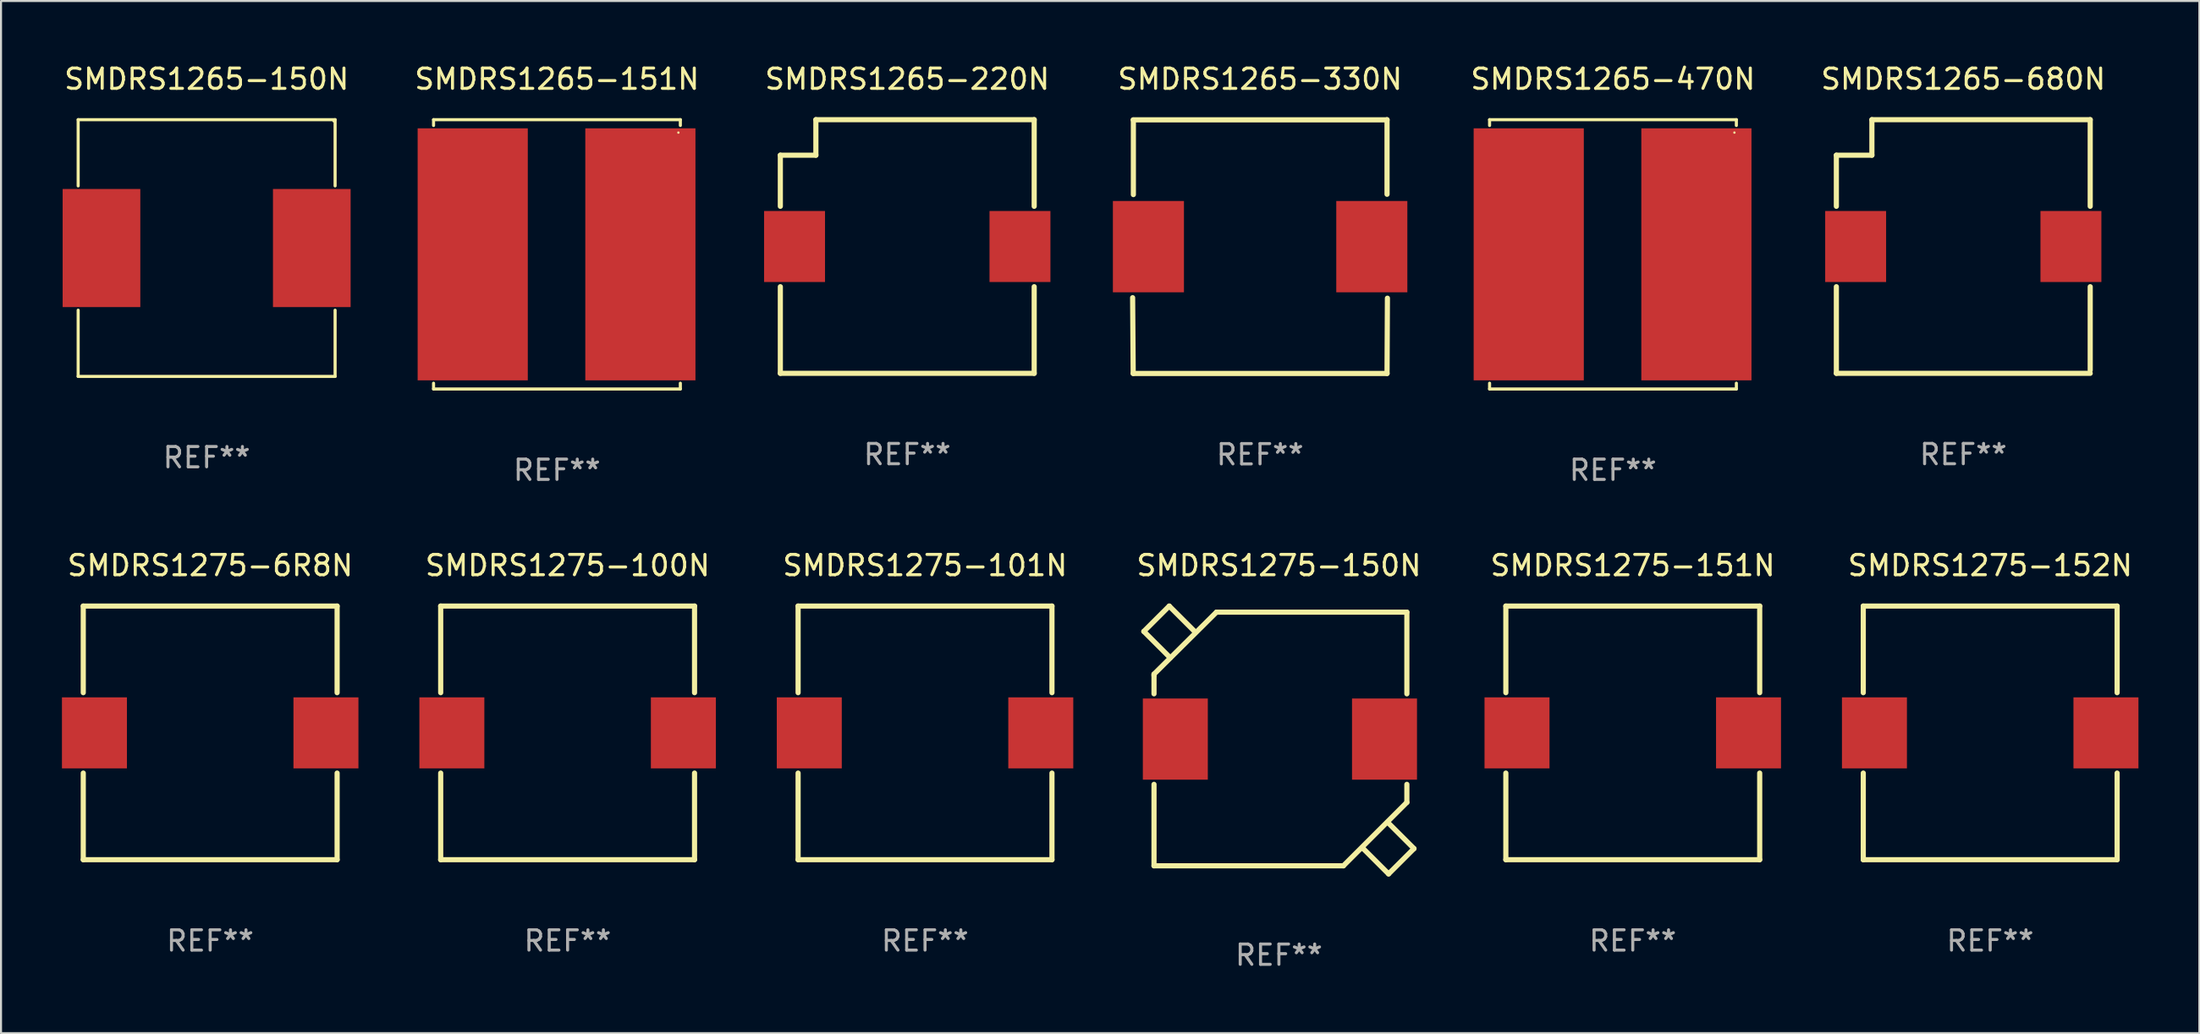
<source format=kicad_pcb>
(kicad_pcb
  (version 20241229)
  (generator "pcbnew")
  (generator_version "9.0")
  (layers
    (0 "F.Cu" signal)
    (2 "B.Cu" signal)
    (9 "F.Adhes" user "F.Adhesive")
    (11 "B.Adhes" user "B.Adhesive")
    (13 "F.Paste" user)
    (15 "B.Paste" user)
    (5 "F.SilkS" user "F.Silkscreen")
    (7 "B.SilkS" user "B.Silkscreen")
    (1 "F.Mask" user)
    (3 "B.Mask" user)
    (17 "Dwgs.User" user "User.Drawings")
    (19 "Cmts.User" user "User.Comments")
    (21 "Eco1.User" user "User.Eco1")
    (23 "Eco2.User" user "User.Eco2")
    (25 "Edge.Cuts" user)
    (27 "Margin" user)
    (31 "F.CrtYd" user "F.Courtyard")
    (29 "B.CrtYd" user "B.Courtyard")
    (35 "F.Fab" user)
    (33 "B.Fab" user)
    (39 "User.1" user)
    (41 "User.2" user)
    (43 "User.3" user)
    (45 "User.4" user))
  (footprint "SMDRS1265-680N"
    (layer "F.Cu")
    (at 93.625 9.098)
    (property "Reference" "SMDRS1265-680N" (at 0 -8.25 0) (layer "F.SilkS") (effects (font (size 1 1) (thickness 0.15))))
    (attr through_hole)
    (fp_line (start -6.25 -4.5) (end -6.25 -1.981) (stroke (width 0.254) (type solid)) (layer "F.SilkS"))
    (fp_line (start -6.25 -4.5) (end -4.5 -4.5) (stroke (width 0.254) (type solid)) (layer "F.SilkS"))
    (fp_line (start -6.25 1.981) (end -6.25 6.25) (stroke (width 0.254) (type solid)) (layer "F.SilkS"))
    (fp_line (start -6.25 6.25) (end 6.25 6.25) (stroke (width 0.254) (type solid)) (layer "F.SilkS"))
    (fp_line (start -4.5 -6.25) (end 6.25 -6.25) (stroke (width 0.254) (type solid)) (layer "F.SilkS"))
    (fp_line (start -4.5 -4.5) (end -4.5 -6.25) (stroke (width 0.254) (type solid)) (layer "F.SilkS"))
    (fp_line (start 6.25 -6.25) (end 6.25 -1.981) (stroke (width 0.254) (type solid)) (layer "F.SilkS"))
    (fp_line (start 6.25 1.981) (end 6.25 6.096) (stroke (width 0.254) (type solid)) (layer "F.SilkS"))
    (fp_circle (center -6.25 6.25) (end -6.22 6.25) (stroke (width 0.06) (type solid)) (fill no) (layer "F.SilkS"))
    (fp_text user "REF**" (at 0 10.25 0) (layer "F.Fab") (effects (font (size 1 1) (thickness 0.15))))
    (pad "1" smd rect (at -5.3 0) (size 3 3.5) (layers "F.Cu" "F.Mask" "F.Paste"))
    (pad "2" smd rect (at 5.3 0) (size 3 3.5) (layers "F.Cu" "F.Mask" "F.Paste")))
  (footprint "SMDRS1275-6R8N"
    (layer "F.Cu")
    (at 7.3 33.067)
    (property "Reference" "SMDRS1275-6R8N" (at 0 -8.25 0) (layer "F.SilkS") (effects (font (size 1 1) (thickness 0.15))))
    (attr through_hole)
    (fp_line (start -6.25 -6.25) (end 6.25 -6.25) (stroke (width 0.254) (type solid)) (layer "F.SilkS"))
    (fp_line (start -6.25 -1.981) (end -6.25 -6.25) (stroke (width 0.254) (type solid)) (layer "F.SilkS"))
    (fp_line (start -6.25 6.25) (end -6.25 1.981) (stroke (width 0.254) (type solid)) (layer "F.SilkS"))
    (fp_line (start -6.25 6.25) (end 6.25 6.25) (stroke (width 0.254) (type solid)) (layer "F.SilkS"))
    (fp_line (start 6.25 -6.25) (end 6.25 -1.981) (stroke (width 0.254) (type solid)) (layer "F.SilkS"))
    (fp_line (start 6.25 1.981) (end 6.25 6.25) (stroke (width 0.254) (type solid)) (layer "F.SilkS"))
    (fp_circle (center -6.25 6.25) (end -6.22 6.25) (stroke (width 0.06) (type solid)) (fill no) (layer "F.SilkS"))
    (fp_text user "REF**" (at 0 10.25 0) (layer "F.Fab") (effects (font (size 1 1) (thickness 0.15))))
    (pad "1" smd rect (at -5.7 -0.000013) (size 3.2 3.5) (layers "F.Cu" "F.Mask" "F.Paste"))
    (pad "2" smd rect (at 5.7 -0.000013) (size 3.2 3.5) (layers "F.Cu" "F.Mask" "F.Paste")))
  (footprint "SMDRS1275-152N"
    (layer "F.Cu")
    (at 94.95 33.067)
    (property "Reference" "SMDRS1275-152N" (at 0 -8.25 0) (layer "F.SilkS") (effects (font (size 1 1) (thickness 0.15))))
    (attr through_hole)
    (fp_line (start -6.25 -6.25) (end 6.25 -6.25) (stroke (width 0.254) (type solid)) (layer "F.SilkS"))
    (fp_line (start -6.25 -1.981) (end -6.25 -6.25) (stroke (width 0.254) (type solid)) (layer "F.SilkS"))
    (fp_line (start -6.25 6.25) (end -6.25 1.981) (stroke (width 0.254) (type solid)) (layer "F.SilkS"))
    (fp_line (start -6.25 6.25) (end 6.25 6.25) (stroke (width 0.254) (type solid)) (layer "F.SilkS"))
    (fp_line (start 6.25 -6.25) (end 6.25 -1.981) (stroke (width 0.254) (type solid)) (layer "F.SilkS"))
    (fp_line (start 6.25 1.981) (end 6.25 6.25) (stroke (width 0.254) (type solid)) (layer "F.SilkS"))
    (fp_circle (center -6.25 6.25) (end -6.22 6.25) (stroke (width 0.06) (type solid)) (fill no) (layer "F.SilkS"))
    (fp_text user "REF**" (at 0 10.25 0) (layer "F.Fab") (effects (font (size 1 1) (thickness 0.15))))
    (pad "1" smd rect (at -5.7 -0.000013) (size 3.2 3.5) (layers "F.Cu" "F.Mask" "F.Paste"))
    (pad "2" smd rect (at 5.7 -0.000013) (size 3.2 3.5) (layers "F.Cu" "F.Mask" "F.Paste")))
  (footprint "SMDRS1275-100N"
    (layer "F.Cu")
    (at 24.9 33.067)
    (property "Reference" "SMDRS1275-100N" (at 0 -8.25 0) (layer "F.SilkS") (effects (font (size 1 1) (thickness 0.15))))
    (attr through_hole)
    (fp_line (start -6.25 -6.25) (end 6.25 -6.25) (stroke (width 0.254) (type solid)) (layer "F.SilkS"))
    (fp_line (start -6.25 -1.981) (end -6.25 -6.25) (stroke (width 0.254) (type solid)) (layer "F.SilkS"))
    (fp_line (start -6.25 6.25) (end -6.25 1.981) (stroke (width 0.254) (type solid)) (layer "F.SilkS"))
    (fp_line (start -6.25 6.25) (end 6.25 6.25) (stroke (width 0.254) (type solid)) (layer "F.SilkS"))
    (fp_line (start 6.25 -6.25) (end 6.25 -1.981) (stroke (width 0.254) (type solid)) (layer "F.SilkS"))
    (fp_line (start 6.25 1.981) (end 6.25 6.25) (stroke (width 0.254) (type solid)) (layer "F.SilkS"))
    (fp_circle (center -6.25 6.25) (end -6.22 6.25) (stroke (width 0.06) (type solid)) (fill no) (layer "F.SilkS"))
    (fp_text user "REF**" (at 0 10.25 0) (layer "F.Fab") (effects (font (size 1 1) (thickness 0.15))))
    (pad "1" smd rect (at -5.7 -0.000013) (size 3.2 3.5) (layers "F.Cu" "F.Mask" "F.Paste"))
    (pad "2" smd rect (at 5.7 -0.000013) (size 3.2 3.5) (layers "F.Cu" "F.Mask" "F.Paste")))
  (footprint "SMDRS1265-330N"
    (layer "F.Cu")
    (at 58.995 9.102)
    (property "Reference" "SMDRS1265-330N" (at 0 -8.253 0) (layer "F.SilkS") (effects (font (size 1 1) (thickness 0.15))))
    (attr through_hole)
    (fp_line (start -6.273 2.518) (end -6.245 6.253) (stroke (width 0.254) (type solid)) (layer "F.SilkS"))
    (fp_line (start -6.245 -6.247) (end 6.255 -6.247) (stroke (width 0.254) (type solid)) (layer "F.SilkS"))
    (fp_line (start -6.245 6.253) (end 6.255 6.253) (stroke (width 0.254) (type solid)) (layer "F.SilkS"))
    (fp_line (start -6.236 -6.237) (end -6.236 -2.562) (stroke (width 0.254) (type solid)) (layer "F.SilkS"))
    (fp_line (start 6.255 -6.253) (end 6.255 -2.578) (stroke (width 0.254) (type solid)) (layer "F.SilkS"))
    (fp_line (start 6.255 6.253) (end 6.273 2.543) (stroke (width 0.254) (type solid)) (layer "F.SilkS"))
    (fp_circle (center -6.245 6.253) (end -6.215 6.253) (stroke (width 0.06) (type solid)) (fill no) (layer "F.SilkS"))
    (fp_text user "REF**" (at 0 10.253 0) (layer "F.Fab") (effects (font (size 1 1) (thickness 0.15))))
    (pad "1" smd rect (at -5.495 0.003) (size 3.5 4.5) (layers "F.Cu" "F.Mask" "F.Paste"))
    (pad "2" smd rect (at 5.505 0.003) (size 3.5 4.5) (layers "F.Cu" "F.Mask" "F.Paste")))
  (footprint "SMDRS1275-150N"
    (layer "F.Cu")
    (at 59.925 33.418)
    (property "Reference" "SMDRS1275-150N" (at 0 -8.6 0) (layer "F.SilkS") (effects (font (size 1 1) (thickness 0.15))))
    (attr through_hole)
    (fp_line (start -6.651 -5.351) (end -5.401 -6.6) (stroke (width 0.254) (type solid)) (layer "F.SilkS"))
    (fp_line (start -6.15 -3.245) (end -6.15 -3.174) (stroke (width 0.254) (type solid)) (layer "F.SilkS"))
    (fp_line (start -6.15 -2.276) (end -6.15 -3.174) (stroke (width 0.254) (type solid)) (layer "F.SilkS"))
    (fp_line (start -6.15 6.201) (end -6.15 2.186) (stroke (width 0.254) (type solid)) (layer "F.SilkS"))
    (fp_line (start -5.401 -6.6) (end -4.151 -5.351) (stroke (width 0.254) (type solid)) (layer "F.SilkS"))
    (fp_line (start -5.35 -4.05) (end -6.651 -5.351) (stroke (width 0.254) (type solid)) (layer "F.SilkS"))
    (fp_line (start -4.151 -5.351) (end -4.15 -5.35) (stroke (width 0.254) (type solid)) (layer "F.SilkS"))
    (fp_line (start -3.075 -6.3) (end 6.3 -6.3) (stroke (width 0.254) (type solid)) (layer "F.SilkS"))
    (fp_line (start -3.074 -6.301) (end -6.15 -3.245) (stroke (width 0.254) (type solid)) (layer "F.SilkS"))
    (fp_line (start 3.174 6.201) (end -6.15 6.201) (stroke (width 0.254) (type solid)) (layer "F.SilkS"))
    (fp_line (start 4.151 5.351) (end 4.15 5.35) (stroke (width 0.254) (type solid)) (layer "F.SilkS"))
    (fp_line (start 5.35 4.05) (end 6.651 5.351) (stroke (width 0.254) (type solid)) (layer "F.SilkS"))
    (fp_line (start 5.401 6.6) (end 4.151 5.351) (stroke (width 0.254) (type solid)) (layer "F.SilkS"))
    (fp_line (start 6.301 -6.301) (end 6.301 -2.276) (stroke (width 0.254) (type solid)) (layer "F.SilkS"))
    (fp_line (start 6.301 2.186) (end 6.301 3.074) (stroke (width 0.254) (type solid)) (layer "F.SilkS"))
    (fp_line (start 6.301 3.074) (end 3.174 6.201) (stroke (width 0.254) (type solid)) (layer "F.SilkS"))
    (fp_line (start 6.651 5.351) (end 5.401 6.6) (stroke (width 0.254) (type solid)) (layer "F.SilkS"))
    (fp_circle (center -6.2 6.205) (end -6.17 6.205) (stroke (width 0.06) (type solid)) (fill no) (layer "F.SilkS"))
    (fp_text user "REF**" (at 0 10.6 0) (layer "F.Fab") (effects (font (size 1 1) (thickness 0.15))))
    (pad "1" smd rect (at -5.1 -0.045) (size 3.2 4) (layers "F.Cu" "F.Mask" "F.Paste"))
    (pad "2" smd rect (at 5.2 -0.045) (size 3.2 4) (layers "F.Cu" "F.Mask" "F.Paste")))
  (footprint "SMDRS1275-151N"
    (layer "F.Cu")
    (at 77.35 33.067)
    (property "Reference" "SMDRS1275-151N" (at 0 -8.25 0) (layer "F.SilkS") (effects (font (size 1 1) (thickness 0.15))))
    (attr through_hole)
    (fp_line (start -6.25 -6.25) (end 6.25 -6.25) (stroke (width 0.254) (type solid)) (layer "F.SilkS"))
    (fp_line (start -6.25 -1.981) (end -6.25 -6.25) (stroke (width 0.254) (type solid)) (layer "F.SilkS"))
    (fp_line (start -6.25 6.25) (end -6.25 1.981) (stroke (width 0.254) (type solid)) (layer "F.SilkS"))
    (fp_line (start -6.25 6.25) (end 6.25 6.25) (stroke (width 0.254) (type solid)) (layer "F.SilkS"))
    (fp_line (start 6.25 -6.25) (end 6.25 -1.981) (stroke (width 0.254) (type solid)) (layer "F.SilkS"))
    (fp_line (start 6.25 1.981) (end 6.25 6.25) (stroke (width 0.254) (type solid)) (layer "F.SilkS"))
    (fp_circle (center -6.25 6.25) (end -6.22 6.25) (stroke (width 0.06) (type solid)) (fill no) (layer "F.SilkS"))
    (fp_text user "REF**" (at 0 10.25 0) (layer "F.Fab") (effects (font (size 1 1) (thickness 0.15))))
    (pad "1" smd rect (at -5.7 -0.000013) (size 3.2 3.5) (layers "F.Cu" "F.Mask" "F.Paste"))
    (pad "2" smd rect (at 5.7 -0.000013) (size 3.2 3.5) (layers "F.Cu" "F.Mask" "F.Paste")))
  (footprint "SMDRS1265-470N"
    (layer "F.Cu")
    (at 76.375 9.484)
    (property "Reference" "SMDRS1265-470N" (at 0 -8.636 0) (layer "F.SilkS") (effects (font (size 1 1) (thickness 0.15))))
    (attr through_hole)
    (fp_line (start -6.076 -6.636) (end -6.076 -6.35) (stroke (width 0.152) (type solid)) (layer "F.SilkS"))
    (fp_line (start -6.076 6.636) (end -6.076 6.35) (stroke (width 0.152) (type solid)) (layer "F.SilkS"))
    (fp_line (start 6.076 -6.636) (end -6.076 -6.636) (stroke (width 0.152) (type solid)) (layer "F.SilkS"))
    (fp_line (start 6.076 -6.35) (end 6.076 -6.636) (stroke (width 0.152) (type solid)) (layer "F.SilkS"))
    (fp_line (start 6.076 6.35) (end 6.076 6.636) (stroke (width 0.152) (type solid)) (layer "F.SilkS"))
    (fp_line (start 6.076 6.636) (end -6.076 6.636) (stroke (width 0.152) (type solid)) (layer "F.SilkS"))
    (fp_circle (center 5.98 -6) (end 6.01 -6) (stroke (width 0.06) (type solid)) (fill no) (layer "F.SilkS"))
    (fp_text user "REF**" (at 0 10.636 0) (layer "F.Fab") (effects (font (size 1 1) (thickness 0.15))))
    (pad "1" smd rect (at 4.108 0) (size 5.424 12.42) (layers "F.Cu" "F.Mask" "F.Paste"))
    (pad "2" smd rect (at -4.148 0) (size 5.424 12.42) (layers "F.Cu" "F.Mask" "F.Paste")))
  (footprint "SMDRS1275-101N"
    (layer "F.Cu")
    (at 42.5 33.067)
    (property "Reference" "SMDRS1275-101N" (at 0 -8.25 0) (layer "F.SilkS") (effects (font (size 1 1) (thickness 0.15))))
    (attr through_hole)
    (fp_line (start -6.25 -6.25) (end 6.25 -6.25) (stroke (width 0.254) (type solid)) (layer "F.SilkS"))
    (fp_line (start -6.25 -1.981) (end -6.25 -6.25) (stroke (width 0.254) (type solid)) (layer "F.SilkS"))
    (fp_line (start -6.25 6.25) (end -6.25 1.981) (stroke (width 0.254) (type solid)) (layer "F.SilkS"))
    (fp_line (start -6.25 6.25) (end 6.25 6.25) (stroke (width 0.254) (type solid)) (layer "F.SilkS"))
    (fp_line (start 6.25 -6.25) (end 6.25 -1.981) (stroke (width 0.254) (type solid)) (layer "F.SilkS"))
    (fp_line (start 6.25 1.981) (end 6.25 6.25) (stroke (width 0.254) (type solid)) (layer "F.SilkS"))
    (fp_circle (center -6.25 6.25) (end -6.22 6.25) (stroke (width 0.06) (type solid)) (fill no) (layer "F.SilkS"))
    (fp_text user "REF**" (at 0 10.25 0) (layer "F.Fab") (effects (font (size 1 1) (thickness 0.15))))
    (pad "1" smd rect (at -5.7 -0.000013) (size 3.2 3.5) (layers "F.Cu" "F.Mask" "F.Paste"))
    (pad "2" smd rect (at 5.7 -0.000013) (size 3.2 3.5) (layers "F.Cu" "F.Mask" "F.Paste")))
  (footprint "SMDRS1265-220N"
    (layer "F.Cu")
    (at 41.625 9.098)
    (property "Reference" "SMDRS1265-220N" (at 0 -8.25 0) (layer "F.SilkS") (effects (font (size 1 1) (thickness 0.15))))
    (attr through_hole)
    (fp_line (start -6.25 -4.5) (end -6.25 -1.981) (stroke (width 0.254) (type solid)) (layer "F.SilkS"))
    (fp_line (start -6.25 -4.5) (end -4.5 -4.5) (stroke (width 0.254) (type solid)) (layer "F.SilkS"))
    (fp_line (start -6.25 1.981) (end -6.25 6.25) (stroke (width 0.254) (type solid)) (layer "F.SilkS"))
    (fp_line (start -6.25 6.25) (end 6.25 6.25) (stroke (width 0.254) (type solid)) (layer "F.SilkS"))
    (fp_line (start -4.5 -6.25) (end 6.25 -6.25) (stroke (width 0.254) (type solid)) (layer "F.SilkS"))
    (fp_line (start -4.5 -4.5) (end -4.5 -6.25) (stroke (width 0.254) (type solid)) (layer "F.SilkS"))
    (fp_line (start 6.25 -6.25) (end 6.25 -1.981) (stroke (width 0.254) (type solid)) (layer "F.SilkS"))
    (fp_line (start 6.25 1.981) (end 6.25 6.25) (stroke (width 0.254) (type solid)) (layer "F.SilkS"))
    (fp_circle (center -6.25 6.25) (end -6.22 6.25) (stroke (width 0.06) (type solid)) (fill no) (layer "F.SilkS"))
    (fp_text user "REF**" (at 0 10.25 0) (layer "F.Fab") (effects (font (size 1 1) (thickness 0.15))))
    (pad "1" smd rect (at -5.55 0) (size 3 3.5) (layers "F.Cu" "F.Mask" "F.Paste"))
    (pad "2" smd rect (at 5.55 0) (size 3 3.5) (layers "F.Cu" "F.Mask" "F.Paste")))
  (footprint "SMDRS1265-150N"
    (layer "F.Cu")
    (at 7.125 9.174)
    (property "Reference" "SMDRS1265-150N" (at 0 -8.326 0) (layer "F.SilkS") (effects (font (size 1 1) (thickness 0.15))))
    (attr through_hole)
    (fp_line (start -6.326 -6.326) (end 6.326 -6.326) (stroke (width 0.152) (type solid)) (layer "F.SilkS"))
    (fp_line (start -6.326 -3.062) (end -6.326 -6.326) (stroke (width 0.152) (type solid)) (layer "F.SilkS"))
    (fp_line (start -6.326 3.062) (end -6.326 6.326) (stroke (width 0.152) (type solid)) (layer "F.SilkS"))
    (fp_line (start -6.326 6.326) (end 6.326 6.326) (stroke (width 0.152) (type solid)) (layer "F.SilkS"))
    (fp_line (start 6.326 -6.326) (end 6.326 -3.062) (stroke (width 0.152) (type solid)) (layer "F.SilkS"))
    (fp_line (start 6.326 6.326) (end 6.326 3.062) (stroke (width 0.152) (type solid)) (layer "F.SilkS"))
    (fp_circle (center 6.25 -6.25) (end 6.28 -6.25) (stroke (width 0.06) (type solid)) (fill no) (layer "F.SilkS"))
    (fp_text user "REF**" (at 0 10.326 0) (layer "F.Fab") (effects (font (size 1 1) (thickness 0.15))))
    (pad "1" smd rect (at 5.178 0) (size 3.824 5.82) (layers "F.Cu" "F.Mask" "F.Paste"))
    (pad "2" smd rect (at -5.178 0) (size 3.824 5.82) (layers "F.Cu" "F.Mask" "F.Paste")))
  (footprint "SMDRS1265-151N"
    (layer "F.Cu")
    (at 24.375 9.484)
    (property "Reference" "SMDRS1265-151N" (at 0 -8.636 0) (layer "F.SilkS") (effects (font (size 1 1) (thickness 0.15))))
    (attr through_hole)
    (fp_line (start -6.076 -6.636) (end -6.076 -6.35) (stroke (width 0.152) (type solid)) (layer "F.SilkS"))
    (fp_line (start -6.076 6.636) (end -6.076 6.35) (stroke (width 0.152) (type solid)) (layer "F.SilkS"))
    (fp_line (start 6.076 -6.636) (end -6.076 -6.636) (stroke (width 0.152) (type solid)) (layer "F.SilkS"))
    (fp_line (start 6.076 -6.35) (end 6.076 -6.636) (stroke (width 0.152) (type solid)) (layer "F.SilkS"))
    (fp_line (start 6.076 6.35) (end 6.076 6.636) (stroke (width 0.152) (type solid)) (layer "F.SilkS"))
    (fp_line (start 6.076 6.636) (end -6.076 6.636) (stroke (width 0.152) (type solid)) (layer "F.SilkS"))
    (fp_circle (center 5.98 -6) (end 6.01 -6) (stroke (width 0.06) (type solid)) (fill no) (layer "F.SilkS"))
    (fp_text user "REF**" (at 0 10.636 0) (layer "F.Fab") (effects (font (size 1 1) (thickness 0.15))))
    (pad "1" smd rect (at 4.108 0) (size 5.424 12.42) (layers "F.Cu" "F.Mask" "F.Paste"))
    (pad "2" smd rect (at -4.148 0) (size 5.424 12.42) (layers "F.Cu" "F.Mask" "F.Paste")))
  (gr_rect
    (start -3 -3)
    (end 105.25 47.866)
    (stroke (width 0.1) (type default))
    (fill no)
    (layer "Edge.Cuts")))
</source>
